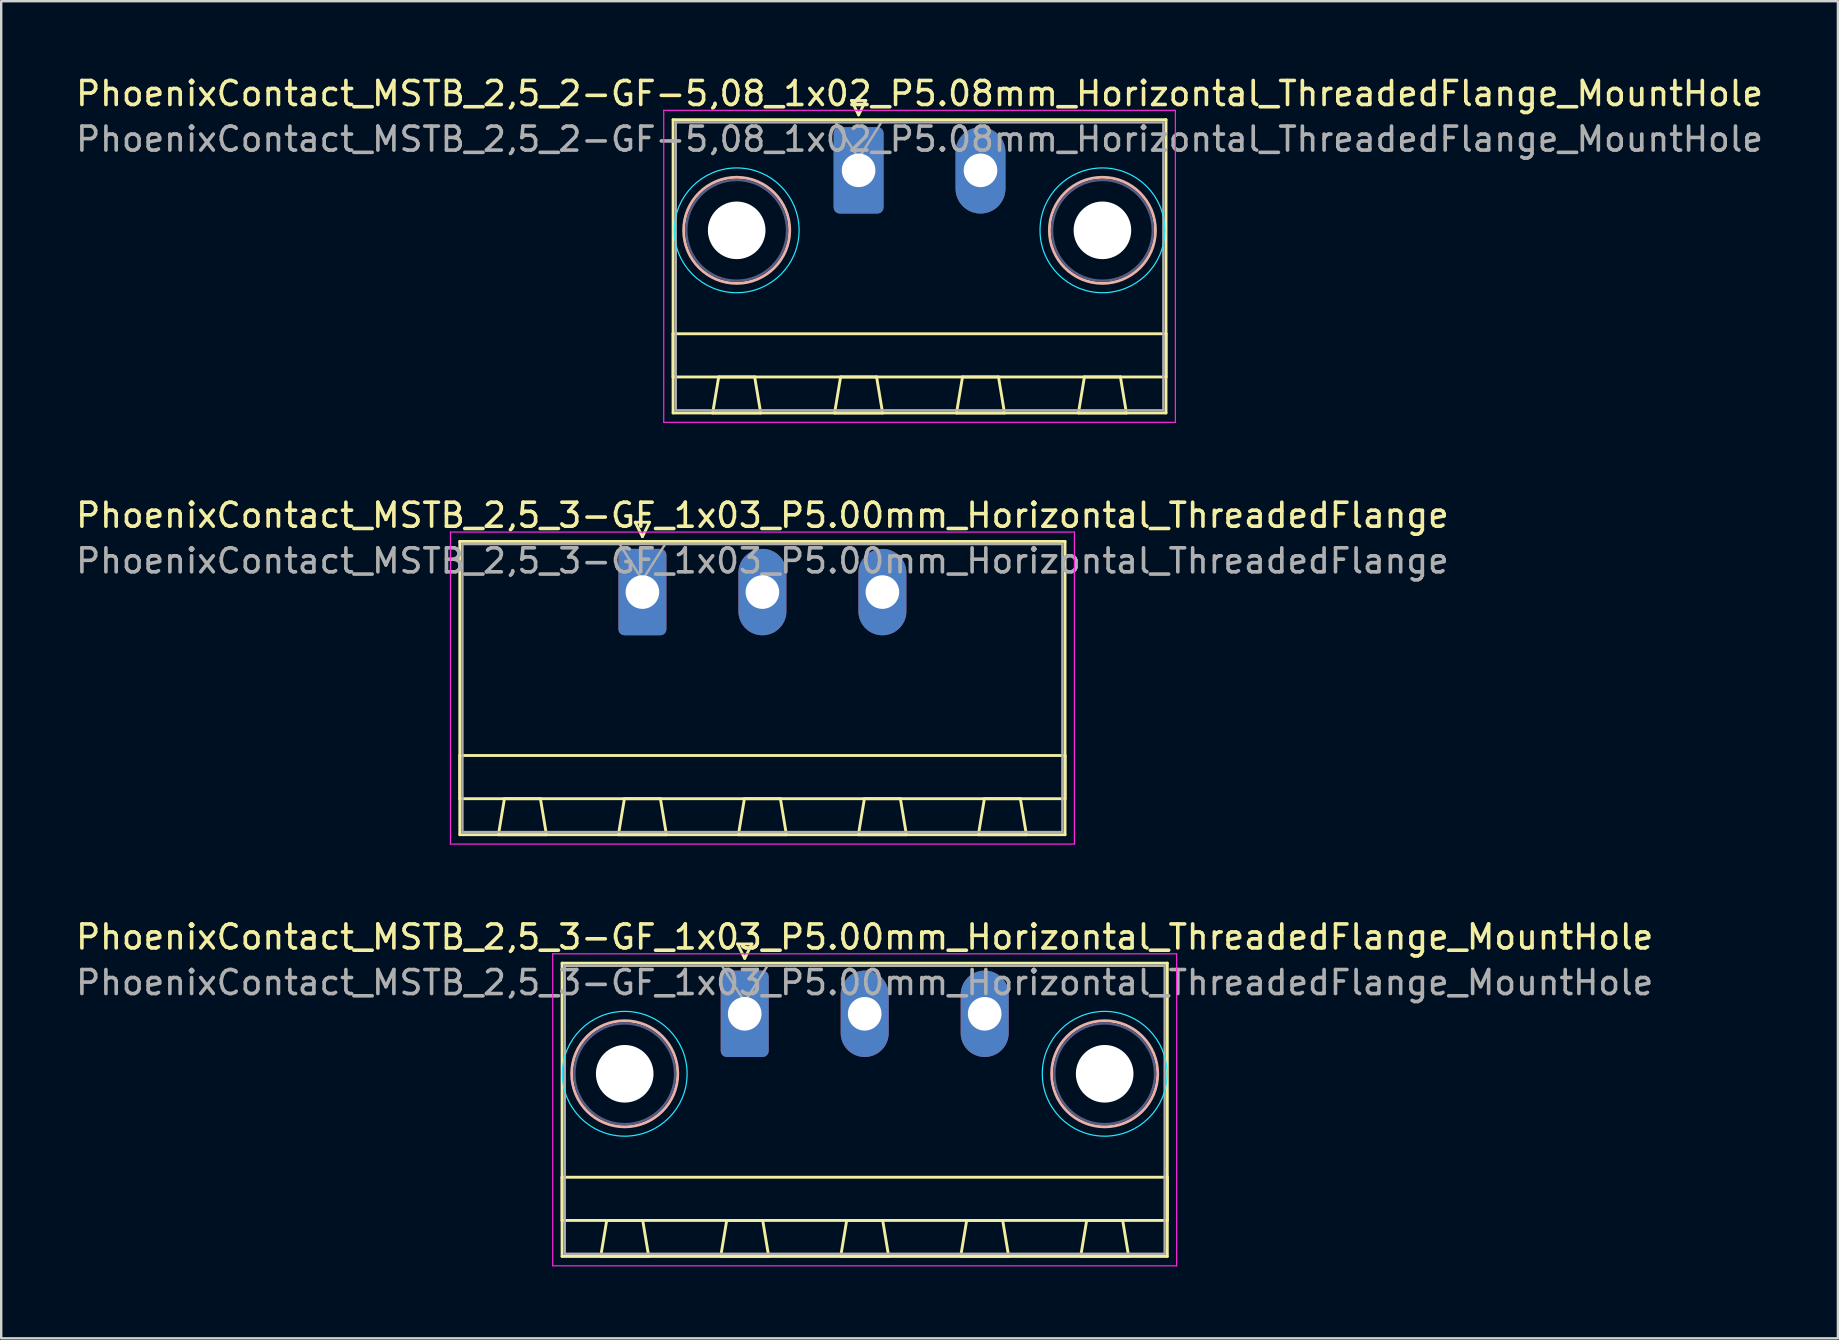
<source format=kicad_pcb>
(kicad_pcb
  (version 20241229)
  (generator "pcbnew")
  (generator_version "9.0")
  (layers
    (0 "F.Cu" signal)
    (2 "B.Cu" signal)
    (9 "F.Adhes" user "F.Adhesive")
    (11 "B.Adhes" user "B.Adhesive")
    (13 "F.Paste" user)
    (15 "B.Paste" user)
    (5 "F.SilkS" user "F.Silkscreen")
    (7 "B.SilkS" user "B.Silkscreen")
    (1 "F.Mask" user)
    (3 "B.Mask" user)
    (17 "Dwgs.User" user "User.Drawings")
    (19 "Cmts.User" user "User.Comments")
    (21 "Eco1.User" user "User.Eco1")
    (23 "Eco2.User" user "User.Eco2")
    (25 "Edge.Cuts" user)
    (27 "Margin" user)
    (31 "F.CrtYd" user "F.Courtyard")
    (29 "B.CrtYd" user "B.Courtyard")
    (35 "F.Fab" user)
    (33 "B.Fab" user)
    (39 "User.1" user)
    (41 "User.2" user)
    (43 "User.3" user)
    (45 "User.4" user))
  (footprint "PhoenixContact_MSTB_2,5_2-GF-5,08_1x02_P5.08mm_Horizontal_ThreadedFlange_MountHole"
    (layer "F.Cu")
    (at 32.728 4.048)
    (property "Reference" "PhoenixContact_MSTB_2,5_2-GF-5,08_1x02_P5.08mm_Horizontal_ThreadedFlange_MountHole" (at 2.54 -3.2 0) (layer "F.SilkS") (effects (font (size 1 1) (thickness 0.15))))
    (attr through_hole)
    (fp_line (start -7.73 -2.11) (end -7.73 10.11) (stroke (width 0.12) (type solid)) (layer "F.SilkS"))
    (fp_line (start -7.73 6.81) (end 12.81 6.81) (stroke (width 0.12) (type solid)) (layer "F.SilkS"))
    (fp_line (start -7.73 8.61) (end -7.73 6.81) (stroke (width 0.12) (type solid)) (layer "F.SilkS"))
    (fp_line (start -7.73 10.11) (end 12.81 10.11) (stroke (width 0.12) (type solid)) (layer "F.SilkS"))
    (fp_line (start -6.08 10.11) (end -4.08 10.11) (stroke (width 0.12) (type solid)) (layer "F.SilkS"))
    (fp_line (start -5.83 8.61) (end -6.08 10.11) (stroke (width 0.12) (type solid)) (layer "F.SilkS"))
    (fp_line (start -4.33 8.61) (end -5.83 8.61) (stroke (width 0.12) (type solid)) (layer "F.SilkS"))
    (fp_line (start -4.08 10.11) (end -4.33 8.61) (stroke (width 0.12) (type solid)) (layer "F.SilkS"))
    (fp_line (start -1 10.11) (end 1 10.11) (stroke (width 0.12) (type solid)) (layer "F.SilkS"))
    (fp_line (start -0.75 8.61) (end -1 10.11) (stroke (width 0.12) (type solid)) (layer "F.SilkS"))
    (fp_line (start -0.3 -2.91) (end 0.3 -2.91) (stroke (width 0.12) (type solid)) (layer "F.SilkS"))
    (fp_line (start 0 -2.31) (end -0.3 -2.91) (stroke (width 0.12) (type solid)) (layer "F.SilkS"))
    (fp_line (start 0.3 -2.91) (end 0 -2.31) (stroke (width 0.12) (type solid)) (layer "F.SilkS"))
    (fp_line (start 0.75 8.61) (end -0.75 8.61) (stroke (width 0.12) (type solid)) (layer "F.SilkS"))
    (fp_line (start 1 10.11) (end 0.75 8.61) (stroke (width 0.12) (type solid)) (layer "F.SilkS"))
    (fp_line (start 4.08 10.11) (end 6.08 10.11) (stroke (width 0.12) (type solid)) (layer "F.SilkS"))
    (fp_line (start 4.33 8.61) (end 4.08 10.11) (stroke (width 0.12) (type solid)) (layer "F.SilkS"))
    (fp_line (start 5.83 8.61) (end 4.33 8.61) (stroke (width 0.12) (type solid)) (layer "F.SilkS"))
    (fp_line (start 6.08 10.11) (end 5.83 8.61) (stroke (width 0.12) (type solid)) (layer "F.SilkS"))
    (fp_line (start 9.16 10.11) (end 11.16 10.11) (stroke (width 0.12) (type solid)) (layer "F.SilkS"))
    (fp_line (start 9.41 8.61) (end 9.16 10.11) (stroke (width 0.12) (type solid)) (layer "F.SilkS"))
    (fp_line (start 10.91 8.61) (end 9.41 8.61) (stroke (width 0.12) (type solid)) (layer "F.SilkS"))
    (fp_line (start 11.16 10.11) (end 10.91 8.61) (stroke (width 0.12) (type solid)) (layer "F.SilkS"))
    (fp_line (start 12.81 -2.11) (end -7.73 -2.11) (stroke (width 0.12) (type solid)) (layer "F.SilkS"))
    (fp_line (start 12.81 6.81) (end 12.81 8.61) (stroke (width 0.12) (type solid)) (layer "F.SilkS"))
    (fp_line (start 12.81 8.61) (end -7.73 8.61) (stroke (width 0.12) (type solid)) (layer "F.SilkS"))
    (fp_line (start 12.81 10.11) (end 12.81 -2.11) (stroke (width 0.12) (type solid)) (layer "F.SilkS"))
    (fp_circle (center -5.08 2.5) (end -2.87 2.5) (stroke (width 0.12) (type solid)) (fill no) (layer "B.SilkS"))
    (fp_circle (center 10.16 2.5) (end 12.37 2.5) (stroke (width 0.12) (type solid)) (fill no) (layer "B.SilkS"))
    (fp_circle (center -5.08 2.5) (end -2.48 2.5) (stroke (width 0.05) (type solid)) (fill no) (layer "B.CrtYd"))
    (fp_circle (center 10.16 2.5) (end 12.76 2.5) (stroke (width 0.05) (type solid)) (fill no) (layer "B.CrtYd"))
    (fp_line (start -8.12 -2.5) (end -8.12 10.5) (stroke (width 0.05) (type solid)) (layer "F.CrtYd"))
    (fp_line (start -8.12 10.5) (end 13.2 10.5) (stroke (width 0.05) (type solid)) (layer "F.CrtYd"))
    (fp_line (start 13.2 -2.5) (end -8.12 -2.5) (stroke (width 0.05) (type solid)) (layer "F.CrtYd"))
    (fp_line (start 13.2 10.5) (end 13.2 -2.5) (stroke (width 0.05) (type solid)) (layer "F.CrtYd"))
    (fp_circle (center -5.08 2.5) (end -2.98 2.5) (stroke (width 0.1) (type solid)) (fill no) (layer "B.Fab"))
    (fp_circle (center 10.16 2.5) (end 12.26 2.5) (stroke (width 0.1) (type solid)) (fill no) (layer "B.Fab"))
    (fp_line (start -7.62 -2) (end -7.62 10) (stroke (width 0.1) (type solid)) (layer "F.Fab"))
    (fp_line (start -7.62 10) (end 12.7 10) (stroke (width 0.1) (type solid)) (layer "F.Fab"))
    (fp_line (start 0 -0.5) (end -0.95 -2) (stroke (width 0.1) (type solid)) (layer "F.Fab"))
    (fp_line (start 0.95 -2) (end 0 -0.5) (stroke (width 0.1) (type solid)) (layer "F.Fab"))
    (fp_line (start 12.7 -2) (end -7.62 -2) (stroke (width 0.1) (type solid)) (layer "F.Fab"))
    (fp_line (start 12.7 10) (end 12.7 -2) (stroke (width 0.1) (type solid)) (layer "F.Fab"))
    (fp_text user "${REFERENCE}" (at 2.54 -1.3 0) (layer "F.Fab") (effects (font (size 1 1) (thickness 0.15))))
    (pad "" np_thru_hole circle (at -5.08 2.5) (size 2.4 2.4) (drill 2.4) (layers "*.Cu" "*.Mask"))
    (pad "" np_thru_hole circle (at 10.16 2.5) (size 2.4 2.4) (drill 2.4) (layers "*.Cu" "*.Mask"))
    (pad "1" thru_hole roundrect (at 0 0) (size 2.08 3.6) (drill 1.4) (layers "*.Cu" "*.Mask") (roundrect_rratio 0.12))
    (pad "2" thru_hole oval (at 5.08 0) (size 2.08 3.6) (drill 1.4) (layers "*.Cu" "*.Mask")))
  (footprint "PhoenixContact_MSTB_2,5_3-GF_1x03_P5.00mm_Horizontal_ThreadedFlange"
    (layer "F.Cu")
    (at 23.72 21.622)
    (property "Reference" "PhoenixContact_MSTB_2,5_3-GF_1x03_P5.00mm_Horizontal_ThreadedFlange" (at 5 -3.2 0) (layer "F.SilkS") (effects (font (size 1 1) (thickness 0.15))))
    (attr through_hole)
    (fp_line (start -7.61 -2.11) (end -7.61 10.11) (stroke (width 0.12) (type solid)) (layer "F.SilkS"))
    (fp_line (start -7.61 6.81) (end 17.61 6.81) (stroke (width 0.12) (type solid)) (layer "F.SilkS"))
    (fp_line (start -7.61 8.61) (end -7.61 6.81) (stroke (width 0.12) (type solid)) (layer "F.SilkS"))
    (fp_line (start -7.61 10.11) (end 17.61 10.11) (stroke (width 0.12) (type solid)) (layer "F.SilkS"))
    (fp_line (start -6 10.11) (end -4 10.11) (stroke (width 0.12) (type solid)) (layer "F.SilkS"))
    (fp_line (start -5.75 8.61) (end -6 10.11) (stroke (width 0.12) (type solid)) (layer "F.SilkS"))
    (fp_line (start -4.25 8.61) (end -5.75 8.61) (stroke (width 0.12) (type solid)) (layer "F.SilkS"))
    (fp_line (start -4 10.11) (end -4.25 8.61) (stroke (width 0.12) (type solid)) (layer "F.SilkS"))
    (fp_line (start -1 10.11) (end 1 10.11) (stroke (width 0.12) (type solid)) (layer "F.SilkS"))
    (fp_line (start -0.75 8.61) (end -1 10.11) (stroke (width 0.12) (type solid)) (layer "F.SilkS"))
    (fp_line (start -0.3 -2.91) (end 0.3 -2.91) (stroke (width 0.12) (type solid)) (layer "F.SilkS"))
    (fp_line (start 0 -2.31) (end -0.3 -2.91) (stroke (width 0.12) (type solid)) (layer "F.SilkS"))
    (fp_line (start 0.3 -2.91) (end 0 -2.31) (stroke (width 0.12) (type solid)) (layer "F.SilkS"))
    (fp_line (start 0.75 8.61) (end -0.75 8.61) (stroke (width 0.12) (type solid)) (layer "F.SilkS"))
    (fp_line (start 1 10.11) (end 0.75 8.61) (stroke (width 0.12) (type solid)) (layer "F.SilkS"))
    (fp_line (start 4 10.11) (end 6 10.11) (stroke (width 0.12) (type solid)) (layer "F.SilkS"))
    (fp_line (start 4.25 8.61) (end 4 10.11) (stroke (width 0.12) (type solid)) (layer "F.SilkS"))
    (fp_line (start 5.75 8.61) (end 4.25 8.61) (stroke (width 0.12) (type solid)) (layer "F.SilkS"))
    (fp_line (start 6 10.11) (end 5.75 8.61) (stroke (width 0.12) (type solid)) (layer "F.SilkS"))
    (fp_line (start 9 10.11) (end 11 10.11) (stroke (width 0.12) (type solid)) (layer "F.SilkS"))
    (fp_line (start 9.25 8.61) (end 9 10.11) (stroke (width 0.12) (type solid)) (layer "F.SilkS"))
    (fp_line (start 10.75 8.61) (end 9.25 8.61) (stroke (width 0.12) (type solid)) (layer "F.SilkS"))
    (fp_line (start 11 10.11) (end 10.75 8.61) (stroke (width 0.12) (type solid)) (layer "F.SilkS"))
    (fp_line (start 14 10.11) (end 16 10.11) (stroke (width 0.12) (type solid)) (layer "F.SilkS"))
    (fp_line (start 14.25 8.61) (end 14 10.11) (stroke (width 0.12) (type solid)) (layer "F.SilkS"))
    (fp_line (start 15.75 8.61) (end 14.25 8.61) (stroke (width 0.12) (type solid)) (layer "F.SilkS"))
    (fp_line (start 16 10.11) (end 15.75 8.61) (stroke (width 0.12) (type solid)) (layer "F.SilkS"))
    (fp_line (start 17.61 -2.11) (end -7.61 -2.11) (stroke (width 0.12) (type solid)) (layer "F.SilkS"))
    (fp_line (start 17.61 6.81) (end 17.61 8.61) (stroke (width 0.12) (type solid)) (layer "F.SilkS"))
    (fp_line (start 17.61 8.61) (end -7.61 8.61) (stroke (width 0.12) (type solid)) (layer "F.SilkS"))
    (fp_line (start 17.61 10.11) (end 17.61 -2.11) (stroke (width 0.12) (type solid)) (layer "F.SilkS"))
    (fp_line (start -8 -2.5) (end -8 10.5) (stroke (width 0.05) (type solid)) (layer "F.CrtYd"))
    (fp_line (start -8 10.5) (end 18 10.5) (stroke (width 0.05) (type solid)) (layer "F.CrtYd"))
    (fp_line (start 18 -2.5) (end -8 -2.5) (stroke (width 0.05) (type solid)) (layer "F.CrtYd"))
    (fp_line (start 18 10.5) (end 18 -2.5) (stroke (width 0.05) (type solid)) (layer "F.CrtYd"))
    (fp_line (start -7.5 -2) (end -7.5 10) (stroke (width 0.1) (type solid)) (layer "F.Fab"))
    (fp_line (start -7.5 10) (end 17.5 10) (stroke (width 0.1) (type solid)) (layer "F.Fab"))
    (fp_line (start 0 -0.5) (end -0.95 -2) (stroke (width 0.1) (type solid)) (layer "F.Fab"))
    (fp_line (start 0.95 -2) (end 0 -0.5) (stroke (width 0.1) (type solid)) (layer "F.Fab"))
    (fp_line (start 17.5 -2) (end -7.5 -2) (stroke (width 0.1) (type solid)) (layer "F.Fab"))
    (fp_line (start 17.5 10) (end 17.5 -2) (stroke (width 0.1) (type solid)) (layer "F.Fab"))
    (fp_text user "${REFERENCE}" (at 5 -1.3 0) (layer "F.Fab") (effects (font (size 1 1) (thickness 0.15))))
    (pad "1" thru_hole roundrect (at 0 0) (size 2 3.6) (drill 1.4) (layers "*.Cu" "*.Mask") (roundrect_rratio 0.125))
    (pad "2" thru_hole oval (at 5 0) (size 2 3.6) (drill 1.4) (layers "*.Cu" "*.Mask"))
    (pad "3" thru_hole oval (at 10 0) (size 2 3.6) (drill 1.4) (layers "*.Cu" "*.Mask")))
  (footprint "PhoenixContact_MSTB_2,5_3-GF_1x03_P5.00mm_Horizontal_ThreadedFlange_MountHole"
    (layer "F.Cu")
    (at 27.982 39.195)
    (property "Reference" "PhoenixContact_MSTB_2,5_3-GF_1x03_P5.00mm_Horizontal_ThreadedFlange_MountHole" (at 5 -3.2 0) (layer "F.SilkS") (effects (font (size 1 1) (thickness 0.15))))
    (attr through_hole)
    (fp_line (start -7.61 -2.11) (end -7.61 10.11) (stroke (width 0.12) (type solid)) (layer "F.SilkS"))
    (fp_line (start -7.61 6.81) (end 17.61 6.81) (stroke (width 0.12) (type solid)) (layer "F.SilkS"))
    (fp_line (start -7.61 8.61) (end -7.61 6.81) (stroke (width 0.12) (type solid)) (layer "F.SilkS"))
    (fp_line (start -7.61 10.11) (end 17.61 10.11) (stroke (width 0.12) (type solid)) (layer "F.SilkS"))
    (fp_line (start -6 10.11) (end -4 10.11) (stroke (width 0.12) (type solid)) (layer "F.SilkS"))
    (fp_line (start -5.75 8.61) (end -6 10.11) (stroke (width 0.12) (type solid)) (layer "F.SilkS"))
    (fp_line (start -4.25 8.61) (end -5.75 8.61) (stroke (width 0.12) (type solid)) (layer "F.SilkS"))
    (fp_line (start -4 10.11) (end -4.25 8.61) (stroke (width 0.12) (type solid)) (layer "F.SilkS"))
    (fp_line (start -1 10.11) (end 1 10.11) (stroke (width 0.12) (type solid)) (layer "F.SilkS"))
    (fp_line (start -0.75 8.61) (end -1 10.11) (stroke (width 0.12) (type solid)) (layer "F.SilkS"))
    (fp_line (start -0.3 -2.91) (end 0.3 -2.91) (stroke (width 0.12) (type solid)) (layer "F.SilkS"))
    (fp_line (start 0 -2.31) (end -0.3 -2.91) (stroke (width 0.12) (type solid)) (layer "F.SilkS"))
    (fp_line (start 0.3 -2.91) (end 0 -2.31) (stroke (width 0.12) (type solid)) (layer "F.SilkS"))
    (fp_line (start 0.75 8.61) (end -0.75 8.61) (stroke (width 0.12) (type solid)) (layer "F.SilkS"))
    (fp_line (start 1 10.11) (end 0.75 8.61) (stroke (width 0.12) (type solid)) (layer "F.SilkS"))
    (fp_line (start 4 10.11) (end 6 10.11) (stroke (width 0.12) (type solid)) (layer "F.SilkS"))
    (fp_line (start 4.25 8.61) (end 4 10.11) (stroke (width 0.12) (type solid)) (layer "F.SilkS"))
    (fp_line (start 5.75 8.61) (end 4.25 8.61) (stroke (width 0.12) (type solid)) (layer "F.SilkS"))
    (fp_line (start 6 10.11) (end 5.75 8.61) (stroke (width 0.12) (type solid)) (layer "F.SilkS"))
    (fp_line (start 9 10.11) (end 11 10.11) (stroke (width 0.12) (type solid)) (layer "F.SilkS"))
    (fp_line (start 9.25 8.61) (end 9 10.11) (stroke (width 0.12) (type solid)) (layer "F.SilkS"))
    (fp_line (start 10.75 8.61) (end 9.25 8.61) (stroke (width 0.12) (type solid)) (layer "F.SilkS"))
    (fp_line (start 11 10.11) (end 10.75 8.61) (stroke (width 0.12) (type solid)) (layer "F.SilkS"))
    (fp_line (start 14 10.11) (end 16 10.11) (stroke (width 0.12) (type solid)) (layer "F.SilkS"))
    (fp_line (start 14.25 8.61) (end 14 10.11) (stroke (width 0.12) (type solid)) (layer "F.SilkS"))
    (fp_line (start 15.75 8.61) (end 14.25 8.61) (stroke (width 0.12) (type solid)) (layer "F.SilkS"))
    (fp_line (start 16 10.11) (end 15.75 8.61) (stroke (width 0.12) (type solid)) (layer "F.SilkS"))
    (fp_line (start 17.61 -2.11) (end -7.61 -2.11) (stroke (width 0.12) (type solid)) (layer "F.SilkS"))
    (fp_line (start 17.61 6.81) (end 17.61 8.61) (stroke (width 0.12) (type solid)) (layer "F.SilkS"))
    (fp_line (start 17.61 8.61) (end -7.61 8.61) (stroke (width 0.12) (type solid)) (layer "F.SilkS"))
    (fp_line (start 17.61 10.11) (end 17.61 -2.11) (stroke (width 0.12) (type solid)) (layer "F.SilkS"))
    (fp_circle (center -5 2.5) (end -2.79 2.5) (stroke (width 0.12) (type solid)) (fill no) (layer "B.SilkS"))
    (fp_circle (center 15 2.5) (end 17.21 2.5) (stroke (width 0.12) (type solid)) (fill no) (layer "B.SilkS"))
    (fp_circle (center -5 2.5) (end -2.4 2.5) (stroke (width 0.05) (type solid)) (fill no) (layer "B.CrtYd"))
    (fp_circle (center 15 2.5) (end 17.6 2.5) (stroke (width 0.05) (type solid)) (fill no) (layer "B.CrtYd"))
    (fp_line (start -8 -2.5) (end -8 10.5) (stroke (width 0.05) (type solid)) (layer "F.CrtYd"))
    (fp_line (start -8 10.5) (end 18 10.5) (stroke (width 0.05) (type solid)) (layer "F.CrtYd"))
    (fp_line (start 18 -2.5) (end -8 -2.5) (stroke (width 0.05) (type solid)) (layer "F.CrtYd"))
    (fp_line (start 18 10.5) (end 18 -2.5) (stroke (width 0.05) (type solid)) (layer "F.CrtYd"))
    (fp_circle (center -5 2.5) (end -2.9 2.5) (stroke (width 0.1) (type solid)) (fill no) (layer "B.Fab"))
    (fp_circle (center 15 2.5) (end 17.1 2.5) (stroke (width 0.1) (type solid)) (fill no) (layer "B.Fab"))
    (fp_line (start -7.5 -2) (end -7.5 10) (stroke (width 0.1) (type solid)) (layer "F.Fab"))
    (fp_line (start -7.5 10) (end 17.5 10) (stroke (width 0.1) (type solid)) (layer "F.Fab"))
    (fp_line (start 0 -0.5) (end -0.95 -2) (stroke (width 0.1) (type solid)) (layer "F.Fab"))
    (fp_line (start 0.95 -2) (end 0 -0.5) (stroke (width 0.1) (type solid)) (layer "F.Fab"))
    (fp_line (start 17.5 -2) (end -7.5 -2) (stroke (width 0.1) (type solid)) (layer "F.Fab"))
    (fp_line (start 17.5 10) (end 17.5 -2) (stroke (width 0.1) (type solid)) (layer "F.Fab"))
    (fp_text user "${REFERENCE}" (at 5 -1.3 0) (layer "F.Fab") (effects (font (size 1 1) (thickness 0.15))))
    (pad "" np_thru_hole circle (at -5 2.5) (size 2.4 2.4) (drill 2.4) (layers "*.Cu" "*.Mask"))
    (pad "" np_thru_hole circle (at 15 2.5) (size 2.4 2.4) (drill 2.4) (layers "*.Cu" "*.Mask"))
    (pad "1" thru_hole roundrect (at 0 0) (size 2 3.6) (drill 1.4) (layers "*.Cu" "*.Mask") (roundrect_rratio 0.125))
    (pad "2" thru_hole oval (at 5 0) (size 2 3.6) (drill 1.4) (layers "*.Cu" "*.Mask"))
    (pad "3" thru_hole oval (at 10 0) (size 2 3.6) (drill 1.4) (layers "*.Cu" "*.Mask")))
  (gr_rect
    (start -3 -3)
    (end 73.536 52.72)
    (stroke (width 0.1) (type default))
    (fill no)
    (layer "Edge.Cuts")))
</source>
